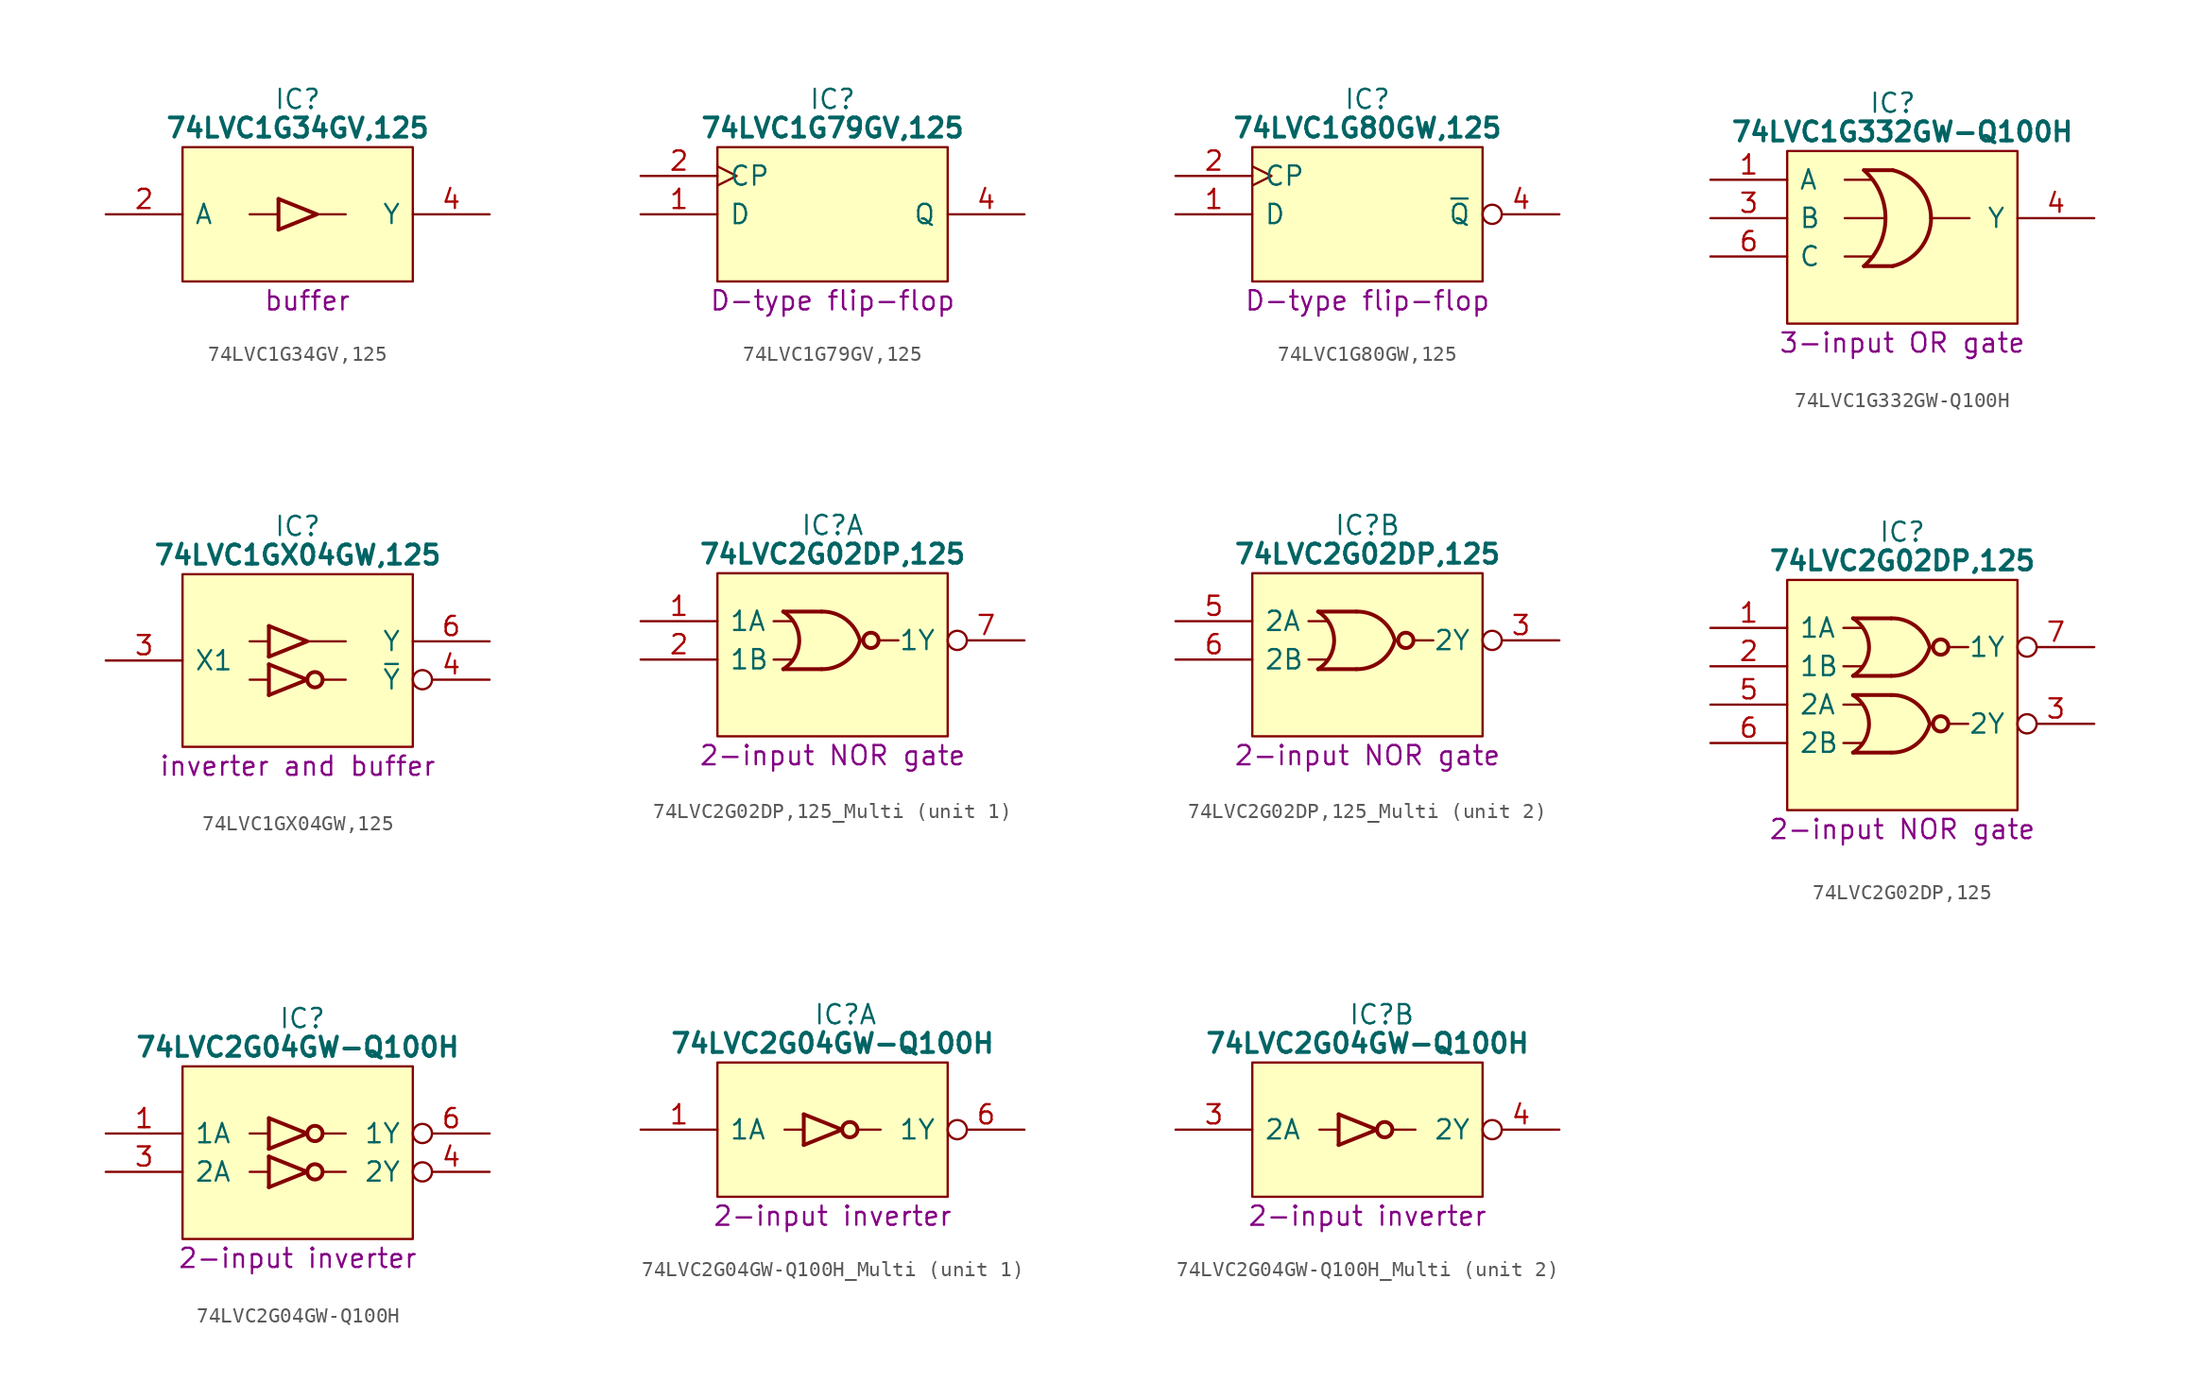
<source format=kicad_sym>
(kicad_symbol_lib
  (version 20231120)
  (generator "kicad_symbol_editor")
  (generator_version "8.0")
  (symbol "74LVC1G34GV,125"
    (pin_names
      (offset 0.762))
    (property "Reference" "IC"
      (at 12.7 5.08 0)
      (effects (font (size 1.27 1.27))))
    (property "Value" "74LVC1G34GV,125"
      (at 12.7 3.175 0)
      (effects (font (size 1.27 1.27) (bold yes))))
    (property "Description" "buffer"
      (at 13.335 -8.255 0)
      (effects (font (size 1.27 1.27))))
    (symbol "74LVC1G34GV,125_0_0"
      (pin no_connect line (at 0 0 0) (length 5.08) hide (name "n.c." (effects (font (size 1.27 1.27)))) (number "1" (effects (font (size 1.27 1.27)))))
      (pin input line (at 0 -2.54 0) (length 5.08) (name "A" (effects (font (size 1.27 1.27)))) (number "2" (effects (font (size 1.27 1.27)))))
      (pin passive line (at 0 -5.08 0) (length 5.08) hide (name "GND" (effects (font (size 1.27 1.27)))) (number "3" (effects (font (size 1.27 1.27)))))
      (pin passive line (at 25.4 -2.54 180) (length 5.08) (name "Y" (effects (font (size 1.27 1.27)))) (number "4" (effects (font (size 1.27 1.27)))))
      (pin passive line (at 25.4 0 180) (length 5.08) hide (name "3V" (effects (font (size 1.27 1.27)))) (number "5" (effects (font (size 1.27 1.27))))))
    (symbol "74LVC1G34GV,125_0_1"
      (polyline (pts (xy 9.525 -2.54) (xy 11.43 -2.54)) (stroke (width 0) (type default)) (fill (type none)))
      (polyline (pts (xy 13.97 -2.54) (xy 15.875 -2.54)) (stroke (width 0) (type default)) (fill (type none)))
      (polyline (pts (xy 11.43 -3.556) (xy 13.97 -2.54) (xy 11.43 -1.524)) (stroke (width 0.254) (type default)) (fill (type none)))
      (polyline (pts (xy 5.08 1.905) (xy 20.32 1.905) (xy 20.32 -6.985) (xy 5.08 -6.985) (xy 5.08 1.905)) (stroke (width 0.152) (type default)) (fill (type background)))
      (rectangle (start 11.43 -1.524) (end 11.43 -3.556) (stroke (width 0.254) (type default)) (fill (type background)))))
  (symbol "74LVC1G79GV,125"
    (pin_names
      (offset 0.762))
    (property "Reference" "IC"
      (at 12.7 5.08 0)
      (effects (font (size 1.27 1.27))))
    (property "Value" "74LVC1G79GV,125"
      (at 12.7 3.175 0)
      (effects (font (size 1.27 1.27) (bold yes))))
    (property "Description" "D-type flip-flop"
      (at 12.7 -8.255 0)
      (effects (font (size 1.27 1.27))))
    (symbol "74LVC1G79GV,125_0_0"
      (pin input line (at 0 -2.54 0) (length 5.08) (name "D" (effects (font (size 1.27 1.27)))) (number "1" (effects (font (size 1.27 1.27)))))
      (pin input clock (at 0 0 0) (length 5.08) (name "CP" (effects (font (size 1.27 1.27)))) (number "2" (effects (font (size 1.27 1.27)))))
      (pin passive line (at 0 -5.08 0) (length 5.08) hide (name "GND" (effects (font (size 1.27 1.27)))) (number "3" (effects (font (size 1.27 1.27)))))
      (pin output line (at 25.4 -2.54 180) (length 5.08) (name "Q" (effects (font (size 1.27 1.27)))) (number "4" (effects (font (size 1.27 1.27)))))
      (pin passive line (at 25.4 0 180) (length 5.08) hide (name "3V" (effects (font (size 1.27 1.27)))) (number "5" (effects (font (size 1.27 1.27))))))
    (symbol "74LVC1G79GV,125_0_1"
      (polyline (pts (xy 5.08 1.905) (xy 20.32 1.905) (xy 20.32 -6.985) (xy 5.08 -6.985) (xy 5.08 1.905)) (stroke (width 0.152) (type default)) (fill (type background)))))
  (symbol "74LVC1G80GW,125"
    (pin_names
      (offset 0.762))
    (property "Reference" "IC"
      (at 12.7 5.08 0)
      (effects (font (size 1.27 1.27))))
    (property "Value" "74LVC1G80GW,125"
      (at 12.7 3.175 0)
      (effects (font (size 1.27 1.27) (bold yes))))
    (property "Description" "D-type flip-flop"
      (at 12.7 -8.255 0)
      (effects (font (size 1.27 1.27))))
    (symbol "74LVC1G80GW,125_0_0"
      (pin input line (at 0 -2.54 0) (length 5.08) (name "D" (effects (font (size 1.27 1.27)))) (number "1" (effects (font (size 1.27 1.27)))))
      (pin input clock (at 0 0 0) (length 5.08) (name "CP" (effects (font (size 1.27 1.27)))) (number "2" (effects (font (size 1.27 1.27)))))
      (pin passive line (at 0 -5.08 0) (length 5.08) hide (name "GND" (effects (font (size 1.27 1.27)))) (number "3" (effects (font (size 1.27 1.27)))))
      (pin output inverted (at 25.4 -2.54 180) (length 5.08) (name "~{Q}" (effects (font (size 1.27 1.27)))) (number "4" (effects (font (size 1.27 1.27)))))
      (pin passive line (at 25.4 0 180) (length 5.08) hide (name "3V" (effects (font (size 1.27 1.27)))) (number "5" (effects (font (size 1.27 1.27))))))
    (symbol "74LVC1G80GW,125_0_1"
      (polyline (pts (xy 5.08 1.905) (xy 20.32 1.905) (xy 20.32 -6.985) (xy 5.08 -6.985) (xy 5.08 1.905)) (stroke (width 0.152) (type default)) (fill (type background)))))
  (symbol "74LVC1G332GW-Q100H"
    (pin_names
      (offset 0.762))
    (property "Reference" "IC"
      (at 12.065 5.08 0)
      (effects (font (size 1.27 1.27))))
    (property "Value" "74LVC1G332GW-Q100H"
      (at 12.7 3.175 0)
      (effects (font (size 1.27 1.27) (bold yes))))
    (property "Description" "3-input OR gate"
      (at 12.7 -10.795 0)
      (effects (font (size 1.27 1.27))))
    (symbol "74LVC1G332GW-Q100H_0_0"
      (pin input line (at 0 0 0) (length 5.08) (name "A" (effects (font (size 1.27 1.27)))) (number "1" (effects (font (size 1.27 1.27)))))
      (pin passive line (at 0 -7.62 0) (length 5.08) hide (name "GND" (effects (font (size 1.27 1.27)))) (number "2" (effects (font (size 1.27 1.27)))))
      (pin input line (at 0 -2.54 0) (length 5.08) (name "B" (effects (font (size 1.27 1.27)))) (number "3" (effects (font (size 1.27 1.27)))))
      (pin passive line (at 25.4 0 180) (length 5.08) hide (name "3V" (effects (font (size 1.27 1.27)))) (number "5" (effects (font (size 1.27 1.27)))))
      (pin input line (at 0 -5.08 0) (length 5.08) (name "C" (effects (font (size 1.27 1.27)))) (number "6" (effects (font (size 1.27 1.27))))))
    (symbol "74LVC1G332GW-Q100H_0_1"
      (polyline (pts (xy 8.89 -5.08) (xy 10.795 -5.08)) (stroke (width 0) (type default)) (fill (type none)))
      (polyline (pts (xy 8.89 -2.54) (xy 11.43 -2.54)) (stroke (width 0) (type default)) (fill (type none)))
      (polyline (pts (xy 8.89 0) (xy 10.795 0)) (stroke (width 0) (type default)) (fill (type none)))
      (polyline (pts (xy 12.065 -5.715) (xy 10.16 -5.715)) (stroke (width 0.254) (type default)) (fill (type background)))
      (polyline (pts (xy 12.065 0.635) (xy 10.16 0.635)) (stroke (width 0.254) (type default)) (fill (type background)))
      (polyline (pts (xy 14.605 -2.54) (xy 17.145 -2.54)) (stroke (width 0) (type default)) (fill (type none)))
      (polyline (pts (xy 5.08 1.905) (xy 20.32 1.905) (xy 20.32 -9.525) (xy 5.08 -9.525) (xy 5.08 1.905)) (stroke (width 0.152) (type default)) (fill (type background)))
      (arc (start 10.16 -5.715) (mid 11.5867 -2.54) (end 10.16 0.635) (stroke (width 0.254) (type default)) (fill (type none)))
      (arc (start 12.065 -5.715) (mid 13.881 -4.5643) (end 14.605 -2.54) (stroke (width 0.254) (type default)) (fill (type none)))
      (arc (start 14.605 -2.54) (mid 13.8822 -0.5148) (end 12.065 0.635) (stroke (width 0.254) (type default)) (fill (type none))))
    (symbol "74LVC1G332GW-Q100H_1_0"
      (pin output line (at 25.4 -2.54 180) (length 5.08) (name "Y" (effects (font (size 1.27 1.27)))) (number "4" (effects (font (size 1.27 1.27)))))))
  (symbol "74LVC1GX04GW,125"
    (pin_names
      (offset 0.762))
    (property "Reference" "IC"
      (at 12.7 5.08 0)
      (effects (font (size 1.27 1.27))))
    (property "Value" "74LVC1GX04GW,125"
      (at 12.7 3.175 0)
      (effects (font (size 1.27 1.27) (bold yes))))
    (property "Description" "inverter and buffer"
      (at 12.7 -10.795 0)
      (effects (font (size 1.27 1.27))))
    (symbol "74LVC1GX04GW,125_0_0"
      (pin no_connect line (at 0 0 0) (length 5.08) hide (name "n.c." (effects (font (size 1.27 1.27)))) (number "1" (effects (font (size 1.27 1.27)))))
      (pin passive line (at 0 -7.62 0) (length 5.08) hide (name "GND" (effects (font (size 1.27 1.27)))) (number "2" (effects (font (size 1.27 1.27)))))
      (pin input line (at 0 -3.81 0) (length 5.08) (name "X1" (effects (font (size 1.27 1.27)))) (number "3" (effects (font (size 1.27 1.27)))))
      (pin output inverted (at 25.4 -5.08 180) (length 5.08) (name "~{Y}" (effects (font (size 1.27 1.27)))) (number "4" (effects (font (size 1.27 1.27)))))
      (pin passive line (at 25.4 0 180) (length 5.08) hide (name "3V" (effects (font (size 1.27 1.27)))) (number "5" (effects (font (size 1.27 1.27)))))
      (pin output line (at 25.4 -2.54 180) (length 5.08) (name "Y" (effects (font (size 1.27 1.27)))) (number "6" (effects (font (size 1.27 1.27))))))
    (symbol "74LVC1GX04GW,125_0_1"
      (polyline (pts (xy 9.525 -5.08) (xy 10.795 -5.08)) (stroke (width 0) (type default)) (fill (type none)))
      (polyline (pts (xy 9.525 -2.54) (xy 10.795 -2.54)) (stroke (width 0) (type default)) (fill (type none)))
      (polyline (pts (xy 13.335 -2.54) (xy 15.875 -2.54)) (stroke (width 0) (type default)) (fill (type none)))
      (polyline (pts (xy 14.351 -5.08) (xy 15.875 -5.08)) (stroke (width 0) (type default)) (fill (type none)))
      (polyline (pts (xy 10.795 -6.096) (xy 13.335 -5.08) (xy 10.795 -4.064)) (stroke (width 0.254) (type default)) (fill (type none)))
      (polyline (pts (xy 10.795 -3.556) (xy 13.335 -2.54) (xy 10.795 -1.524)) (stroke (width 0.254) (type default)) (fill (type none)))
      (polyline (pts (xy 5.08 1.905) (xy 20.32 1.905) (xy 20.32 -9.525) (xy 5.08 -9.525) (xy 5.08 1.905)) (stroke (width 0.152) (type default)) (fill (type background)))
      (rectangle (start 10.795 -4.064) (end 10.795 -6.096) (stroke (width 0.254) (type default)) (fill (type background)))
      (rectangle (start 10.795 -1.524) (end 10.795 -3.556) (stroke (width 0.254) (type default)) (fill (type background)))
      (circle (center 13.843 -5.08) (radius 0.508) (stroke (width 0.254) (type default)) (fill (type none)))))
  (symbol "74LVC2G02DP,125_Multi"
    (pin_names
      (offset 0.762))
    (property "Reference" "IC"
      (at 12.7 5.08 0)
      (effects (font (size 1.27 1.27))))
    (property "Value" "74LVC2G02DP,125"
      (at 12.7 3.175 0)
      (effects (font (size 1.27 1.27) (bold yes))))
    (property "Description" "2-input NOR gate"
      (at 12.7 -10.16 0)
      (effects (font (size 1.27 1.27))))
    (symbol "74LVC2G02DP,125_Multi_0_0"
      (pin passive line (at 0 -6.35 0) (length 5.08) hide (name "GND" (effects (font (size 1.27 1.27)))) (number "4" (effects (font (size 1.27 1.27)))))
      (pin passive line (at 25.4 0 180) (length 5.08) hide (name "3V" (effects (font (size 1.27 1.27)))) (number "8" (effects (font (size 1.27 1.27))))))
    (symbol "74LVC2G02DP,125_Multi_0_1"
      (polyline (pts (xy 8.802 -3.81) (xy 10.072 -3.81)) (stroke (width 0) (type default)) (fill (type none)))
      (polyline (pts (xy 8.802 -1.27) (xy 10.072 -1.27)) (stroke (width 0) (type default)) (fill (type none)))
      (polyline (pts (xy 11.977 -4.445) (xy 9.437 -4.445)) (stroke (width 0.254) (type default)) (fill (type background)))
      (polyline (pts (xy 11.977 -0.635) (xy 9.437 -0.635)) (stroke (width 0.254) (type default)) (fill (type background)))
      (polyline (pts (xy 15.875 -2.54) (xy 17.057 -2.54)) (stroke (width 0) (type default)) (fill (type none)))
      (polyline (pts (xy 5.08 1.905) (xy 20.32 1.905) (xy 20.32 -8.89) (xy 5.08 -8.89) (xy 5.08 1.905)) (stroke (width 0.152) (type default)) (fill (type background)))
      (arc (start 9.437 -4.445) (mid 10.4969 -2.54) (end 9.437 -0.635) (stroke (width 0.254) (type default)) (fill (type none)))
      (arc (start 11.977 -4.445) (mid 13.5754 -3.9304) (end 14.517 -2.54) (stroke (width 0.254) (type default)) (fill (type none)))
      (arc (start 14.517 -2.54) (mid 13.5761 -1.1487) (end 11.977 -0.635) (stroke (width 0.254) (type default)) (fill (type none)))
      (circle (center 15.24 -2.54) (radius 0.508) (stroke (width 0.254) (type default)) (fill (type none))))
    (symbol "74LVC2G02DP,125_Multi_1_0"
      (pin input line (at 0 -1.27 0) (length 5.08) (name "1A" (effects (font (size 1.27 1.27)))) (number "1" (effects (font (size 1.27 1.27)))))
      (pin input line (at 0 -3.81 0) (length 5.08) (name "1B" (effects (font (size 1.27 1.27)))) (number "2" (effects (font (size 1.27 1.27)))))
      (pin output inverted (at 25.4 -2.54 180) (length 5.08) (name "1Y" (effects (font (size 1.27 1.27)))) (number "7" (effects (font (size 1.27 1.27))))))
    (symbol "74LVC2G02DP,125_Multi_2_0"
      (pin output inverted (at 25.4 -2.54 180) (length 5.08) (name "2Y" (effects (font (size 1.27 1.27)))) (number "3" (effects (font (size 1.27 1.27)))))
      (pin input line (at 0 -1.27 0) (length 5.08) (name "2A" (effects (font (size 1.27 1.27)))) (number "5" (effects (font (size 1.27 1.27)))))
      (pin input line (at 0 -3.81 0) (length 5.08) (name "2B" (effects (font (size 1.27 1.27)))) (number "6" (effects (font (size 1.27 1.27)))))))
  (symbol "74LVC2G02DP,125"
    (pin_names
      (offset 0.762))
    (property "Reference" "IC"
      (at 12.7 5.08 0)
      (effects (font (size 1.27 1.27))))
    (property "Value" "74LVC2G02DP,125"
      (at 12.7 3.175 0)
      (effects (font (size 1.27 1.27) (bold yes))))
    (property "Description" "2-input NOR gate"
      (at 12.7 -14.605 0)
      (effects (font (size 1.27 1.27))))
    (symbol "74LVC2G02DP,125_0_0"
      (pin input line (at 0 -1.27 0) (length 5.08) (name "1A" (effects (font (size 1.27 1.27)))) (number "1" (effects (font (size 1.27 1.27)))))
      (pin input line (at 0 -3.81 0) (length 5.08) (name "1B" (effects (font (size 1.27 1.27)))) (number "2" (effects (font (size 1.27 1.27)))))
      (pin output inverted (at 25.4 -7.62 180) (length 5.08) (name "2Y" (effects (font (size 1.27 1.27)))) (number "3" (effects (font (size 1.27 1.27)))))
      (pin passive line (at 0 -11.43 0) (length 5.08) hide (name "GND" (effects (font (size 1.27 1.27)))) (number "4" (effects (font (size 1.27 1.27)))))
      (pin input line (at 0 -6.35 0) (length 5.08) (name "2A" (effects (font (size 1.27 1.27)))) (number "5" (effects (font (size 1.27 1.27)))))
      (pin input line (at 0 -8.89 0) (length 5.08) (name "2B" (effects (font (size 1.27 1.27)))) (number "6" (effects (font (size 1.27 1.27)))))
      (pin output inverted (at 25.4 -2.54 180) (length 5.08) (name "1Y" (effects (font (size 1.27 1.27)))) (number "7" (effects (font (size 1.27 1.27)))))
      (pin passive line (at 25.4 0 180) (length 5.08) hide (name "3V" (effects (font (size 1.27 1.27)))) (number "8" (effects (font (size 1.27 1.27))))))
    (symbol "74LVC2G02DP,125_0_1"
      (polyline (pts (xy 8.802 -8.89) (xy 10.072 -8.89)) (stroke (width 0) (type default)) (fill (type none)))
      (polyline (pts (xy 8.802 -6.35) (xy 10.072 -6.35)) (stroke (width 0) (type default)) (fill (type none)))
      (polyline (pts (xy 8.802 -3.81) (xy 10.072 -3.81)) (stroke (width 0) (type default)) (fill (type none)))
      (polyline (pts (xy 8.802 -1.27) (xy 10.072 -1.27)) (stroke (width 0) (type default)) (fill (type none)))
      (polyline (pts (xy 11.977 -9.525) (xy 9.437 -9.525)) (stroke (width 0.254) (type default)) (fill (type background)))
      (polyline (pts (xy 11.977 -5.715) (xy 9.437 -5.715)) (stroke (width 0.254) (type default)) (fill (type background)))
      (polyline (pts (xy 11.977 -4.445) (xy 9.437 -4.445)) (stroke (width 0.254) (type default)) (fill (type background)))
      (polyline (pts (xy 11.977 -0.635) (xy 9.437 -0.635)) (stroke (width 0.254) (type default)) (fill (type background)))
      (polyline (pts (xy 15.875 -7.62) (xy 17.057 -7.62)) (stroke (width 0) (type default)) (fill (type none)))
      (polyline (pts (xy 15.875 -2.54) (xy 17.057 -2.54)) (stroke (width 0) (type default)) (fill (type none)))
      (polyline (pts (xy 5.08 1.905) (xy 20.32 1.905) (xy 20.32 -13.335) (xy 5.08 -13.335) (xy 5.08 1.905)) (stroke (width 0.152) (type default)) (fill (type background)))
      (arc (start 9.437 -9.525) (mid 10.4969 -7.62) (end 9.437 -5.715) (stroke (width 0.254) (type default)) (fill (type none)))
      (arc (start 9.437 -4.445) (mid 10.4969 -2.54) (end 9.437 -0.635) (stroke (width 0.254) (type default)) (fill (type none)))
      (arc (start 11.977 -9.525) (mid 13.5754 -9.0104) (end 14.517 -7.62) (stroke (width 0.254) (type default)) (fill (type none)))
      (arc (start 11.977 -4.445) (mid 13.5754 -3.9304) (end 14.517 -2.54) (stroke (width 0.254) (type default)) (fill (type none)))
      (arc (start 14.517 -7.62) (mid 13.5761 -6.2287) (end 11.977 -5.715) (stroke (width 0.254) (type default)) (fill (type none)))
      (arc (start 14.517 -2.54) (mid 13.5761 -1.1487) (end 11.977 -0.635) (stroke (width 0.254) (type default)) (fill (type none)))
      (circle (center 15.24 -7.62) (radius 0.508) (stroke (width 0.254) (type default)) (fill (type none)))
      (circle (center 15.24 -2.54) (radius 0.508) (stroke (width 0.254) (type default)) (fill (type none)))))
  (symbol "74LVC2G04GW-Q100H"
    (pin_names
      (offset 0.762))
    (property "Reference" "IC"
      (at 11.43 7.62 0)
      (effects (font (size 1.27 1.27)) (justify left)))
    (property "Value" "74LVC2G04GW-Q100H"
      (at 12.7 5.715 0)
      (effects (font (size 1.27 1.27) (bold yes))))
    (property "Description" "2-input inverter"
      (at 12.7 -8.255 0)
      (effects (font (size 1.27 1.27))))
    (symbol "74LVC2G04GW-Q100H_0_0"
      (pin input line (at 0 0 0) (length 5.08) (name "1A" (effects (font (size 1.27 1.27)))) (number "1" (effects (font (size 1.27 1.27)))))
      (pin passive line (at 0 -5.08 0) (length 5.08) hide (name "GND" (effects (font (size 1.27 1.27)))) (number "2" (effects (font (size 1.27 1.27)))))
      (pin input line (at 0 -2.54 0) (length 5.08) (name "2A" (effects (font (size 1.27 1.27)))) (number "3" (effects (font (size 1.27 1.27)))))
      (pin output inverted (at 25.4 -2.54 180) (length 5.08) (name "2Y" (effects (font (size 1.27 1.27)))) (number "4" (effects (font (size 1.27 1.27)))))
      (pin passive line (at 25.4 2.54 180) (length 5.08) hide (name "3V" (effects (font (size 1.27 1.27)))) (number "5" (effects (font (size 1.27 1.27)))))
      (pin output inverted (at 25.4 0 180) (length 5.08) (name "1Y" (effects (font (size 1.27 1.27)))) (number "6" (effects (font (size 1.27 1.27))))))
    (symbol "74LVC2G04GW-Q100H_0_1"
      (polyline (pts (xy 9.525 -2.54) (xy 10.795 -2.54)) (stroke (width 0) (type default)) (fill (type none)))
      (polyline (pts (xy 9.525 0) (xy 10.795 0)) (stroke (width 0) (type default)) (fill (type none)))
      (polyline (pts (xy 14.351 -2.54) (xy 15.875 -2.54)) (stroke (width 0) (type default)) (fill (type none)))
      (polyline (pts (xy 14.351 0) (xy 15.875 0)) (stroke (width 0) (type default)) (fill (type none)))
      (polyline (pts (xy 10.795 -3.556) (xy 13.335 -2.54) (xy 10.795 -1.524)) (stroke (width 0.254) (type default)) (fill (type none)))
      (polyline (pts (xy 10.795 -1.016) (xy 13.335 0) (xy 10.795 1.016)) (stroke (width 0.254) (type default)) (fill (type none)))
      (polyline (pts (xy 5.08 4.445) (xy 20.32 4.445) (xy 20.32 -6.985) (xy 5.08 -6.985) (xy 5.08 4.445)) (stroke (width 0.152) (type default)) (fill (type background)))
      (rectangle (start 10.795 -1.524) (end 10.795 -3.556) (stroke (width 0.254) (type default)) (fill (type background)))
      (rectangle (start 10.795 1.016) (end 10.795 -1.016) (stroke (width 0.254) (type default)) (fill (type background)))
      (circle (center 13.843 -2.54) (radius 0.508) (stroke (width 0.254) (type default)) (fill (type none)))
      (circle (center 13.843 0) (radius 0.508) (stroke (width 0.254) (type default)) (fill (type none)))))
  (symbol "74LVC2G04GW-Q100H_Multi"
    (pin_names
      (offset 0.762))
    (property "Reference" "IC"
      (at 11.43 7.62 0)
      (effects (font (size 1.27 1.27)) (justify left)))
    (property "Value" "74LVC2G04GW-Q100H"
      (at 12.7 5.715 0)
      (effects (font (size 1.27 1.27) (bold yes))))
    (property "Description" "2-input inverter"
      (at 12.7 -5.715 0)
      (effects (font (size 1.27 1.27))))
    (symbol "74LVC2G04GW-Q100H_Multi_0_0"
      (pin passive line (at 0 -2.54 0) (length 5.08) hide (name "GND" (effects (font (size 1.27 1.27)))) (number "2" (effects (font (size 1.27 1.27)))))
      (pin passive line (at 25.4 2.54 180) (length 5.08) hide (name "3V" (effects (font (size 1.27 1.27)))) (number "5" (effects (font (size 1.27 1.27))))))
    (symbol "74LVC2G04GW-Q100H_Multi_0_1"
      (polyline (pts (xy 9.525 0) (xy 10.795 0)) (stroke (width 0) (type default)) (fill (type none)))
      (polyline (pts (xy 14.351 0) (xy 15.875 0)) (stroke (width 0) (type default)) (fill (type none)))
      (polyline (pts (xy 10.795 -1.016) (xy 13.335 0) (xy 10.795 1.016)) (stroke (width 0.254) (type default)) (fill (type none)))
      (polyline (pts (xy 5.08 4.445) (xy 20.32 4.445) (xy 20.32 -4.445) (xy 5.08 -4.445) (xy 5.08 4.445)) (stroke (width 0.152) (type default)) (fill (type background)))
      (rectangle (start 10.795 1.016) (end 10.795 -1.016) (stroke (width 0.254) (type default)) (fill (type background)))
      (circle (center 13.843 0) (radius 0.508) (stroke (width 0.254) (type default)) (fill (type none))))
    (symbol "74LVC2G04GW-Q100H_Multi_1_0"
      (pin input line (at 0 0 0) (length 5.08) (name "1A" (effects (font (size 1.27 1.27)))) (number "1" (effects (font (size 1.27 1.27)))))
      (pin output inverted (at 25.4 0 180) (length 5.08) (name "1Y" (effects (font (size 1.27 1.27)))) (number "6" (effects (font (size 1.27 1.27))))))
    (symbol "74LVC2G04GW-Q100H_Multi_2_0"
      (pin input line (at 0 0 0) (length 5.08) (name "2A" (effects (font (size 1.27 1.27)))) (number "3" (effects (font (size 1.27 1.27)))))
      (pin output inverted (at 25.4 0 180) (length 5.08) (name "2Y" (effects (font (size 1.27 1.27)))) (number "4" (effects (font (size 1.27 1.27))))))))
</source>
